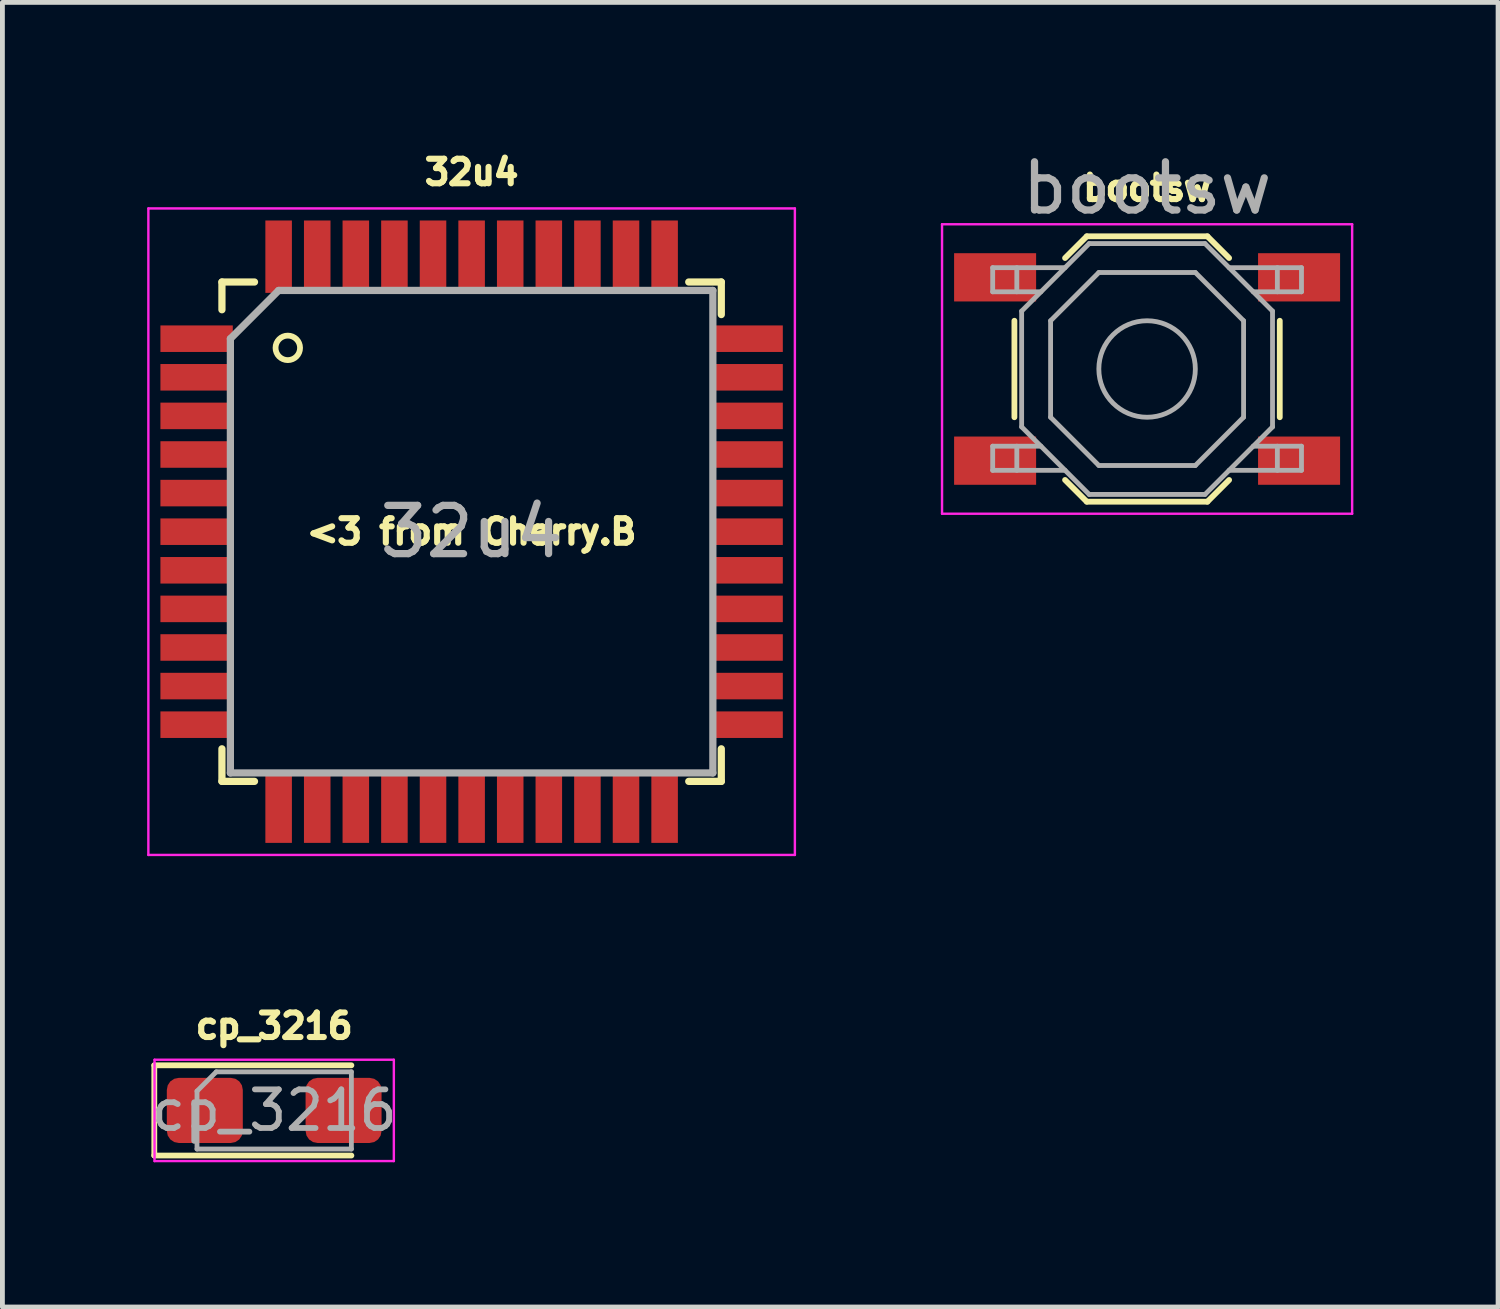
<source format=kicad_pcb>
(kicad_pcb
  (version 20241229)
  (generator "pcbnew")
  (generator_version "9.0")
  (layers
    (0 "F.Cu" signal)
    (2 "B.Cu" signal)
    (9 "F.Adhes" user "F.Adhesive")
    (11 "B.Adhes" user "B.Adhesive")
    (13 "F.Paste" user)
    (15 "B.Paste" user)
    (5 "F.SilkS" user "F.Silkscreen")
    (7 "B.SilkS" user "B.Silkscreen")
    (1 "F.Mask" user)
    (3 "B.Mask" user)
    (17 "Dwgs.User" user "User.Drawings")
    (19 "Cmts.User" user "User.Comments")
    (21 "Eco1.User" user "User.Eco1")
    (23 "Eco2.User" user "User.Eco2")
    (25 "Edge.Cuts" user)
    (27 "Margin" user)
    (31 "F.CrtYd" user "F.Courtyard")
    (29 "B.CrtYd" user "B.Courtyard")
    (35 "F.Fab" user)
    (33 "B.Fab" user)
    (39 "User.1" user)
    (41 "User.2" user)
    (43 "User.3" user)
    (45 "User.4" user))
  (footprint "cp_3216"
    (layer "F.Cu")
    (at 2.633 19.965)
    (property "Reference" "cp_3216" (at 0 -1.75 0) (layer "F.SilkS") (effects (font (size 0.508 0.508) (thickness 0.127))))
    (attr smd)
    (fp_line (start -2.485 -0.935) (end -2.485 0.935) (stroke (width 0.12) (type solid)) (layer "F.SilkS"))
    (fp_line (start -2.485 0.935) (end 1.6 0.935) (stroke (width 0.12) (type solid)) (layer "F.SilkS"))
    (fp_line (start 1.6 -0.935) (end -2.485 -0.935) (stroke (width 0.12) (type solid)) (layer "F.SilkS"))
    (fp_line (start -2.48 -1.05) (end 2.48 -1.05) (stroke (width 0.05) (type solid)) (layer "F.CrtYd"))
    (fp_line (start -2.48 1.05) (end -2.48 -1.05) (stroke (width 0.05) (type solid)) (layer "F.CrtYd"))
    (fp_line (start 2.48 -1.05) (end 2.48 1.05) (stroke (width 0.05) (type solid)) (layer "F.CrtYd"))
    (fp_line (start 2.48 1.05) (end -2.48 1.05) (stroke (width 0.05) (type solid)) (layer "F.CrtYd"))
    (fp_line (start -1.6 -0.4) (end -1.6 0.8) (stroke (width 0.1) (type solid)) (layer "F.Fab"))
    (fp_line (start -1.6 0.8) (end 1.6 0.8) (stroke (width 0.1) (type solid)) (layer "F.Fab"))
    (fp_line (start -1.2 -0.8) (end -1.6 -0.4) (stroke (width 0.1) (type solid)) (layer "F.Fab"))
    (fp_line (start 1.6 -0.8) (end -1.2 -0.8) (stroke (width 0.1) (type solid)) (layer "F.Fab"))
    (fp_line (start 1.6 0.8) (end 1.6 -0.8) (stroke (width 0.1) (type solid)) (layer "F.Fab"))
    (fp_text user "${REFERENCE}" (at 0 0 0) (layer "F.Fab") (effects (font (size 0.8 0.8) (thickness 0.12))))
    (pad "1" smd roundrect (at -1.438 0) (size 1.575 1.35) (layers "F.Cu" "F.Mask" "F.Paste") (roundrect_rratio 0.185))
    (pad "2" smd roundrect (at 1.438 0) (size 1.575 1.35) (layers "F.Cu" "F.Mask" "F.Paste") (roundrect_rratio 0.185)))
  (footprint "32u4"
    (layer "F.Cu")
    (at 6.725 7.97)
    (property "Reference" "32u4" (at 0 -7.45 0) (layer "F.SilkS") (effects (font (size 0.508 0.508) (thickness 0.127))))
    (attr smd)
    (fp_line (start -5.175 -5.175) (end -5.175 -4.6) (stroke (width 0.15) (type solid)) (layer "F.SilkS"))
    (fp_line (start -5.175 -5.175) (end -4.5 -5.175) (stroke (width 0.15) (type solid)) (layer "F.SilkS"))
    (fp_line (start -5.175 5.175) (end -5.175 4.5) (stroke (width 0.15) (type solid)) (layer "F.SilkS"))
    (fp_line (start -5.175 5.175) (end -4.5 5.175) (stroke (width 0.15) (type solid)) (layer "F.SilkS"))
    (fp_line (start 5.175 -5.175) (end 4.5 -5.175) (stroke (width 0.15) (type solid)) (layer "F.SilkS"))
    (fp_line (start 5.175 -5.175) (end 5.175 -4.5) (stroke (width 0.15) (type solid)) (layer "F.SilkS"))
    (fp_line (start 5.175 5.175) (end 4.5 5.175) (stroke (width 0.15) (type solid)) (layer "F.SilkS"))
    (fp_line (start 5.175 5.175) (end 5.175 4.5) (stroke (width 0.15) (type solid)) (layer "F.SilkS"))
    (fp_circle (center -3.81 -3.81) (end -3.556 -3.81) (stroke (width 0.12) (type solid)) (fill no) (layer "F.SilkS"))
    (fp_line (start -6.7 -6.7) (end -6.7 6.7) (stroke (width 0.05) (type solid)) (layer "F.CrtYd"))
    (fp_line (start -6.7 -6.7) (end 6.7 -6.7) (stroke (width 0.05) (type solid)) (layer "F.CrtYd"))
    (fp_line (start -6.7 6.7) (end 6.7 6.7) (stroke (width 0.05) (type solid)) (layer "F.CrtYd"))
    (fp_line (start 6.7 -6.7) (end 6.7 6.7) (stroke (width 0.05) (type solid)) (layer "F.CrtYd"))
    (fp_line (start -5 -4) (end -4 -5) (stroke (width 0.15) (type solid)) (layer "F.Fab"))
    (fp_line (start -5 5) (end -5 -4) (stroke (width 0.15) (type solid)) (layer "F.Fab"))
    (fp_line (start -4 -5) (end 5 -5) (stroke (width 0.15) (type solid)) (layer "F.Fab"))
    (fp_line (start 5 -5) (end 5 5) (stroke (width 0.15) (type solid)) (layer "F.Fab"))
    (fp_line (start 5 5) (end -5 5) (stroke (width 0.15) (type solid)) (layer "F.Fab"))
    (fp_text user "<3 from Cherry.B" (at 0 0 0) (layer "F.SilkS") (effects (font (size 0.508 0.508) (thickness 0.127))))
    (fp_text user "${REFERENCE}" (at 0 0 0) (layer "F.Fab") (effects (font (size 1 1) (thickness 0.15))))
    (pad "1" smd rect (at -5.7 -4) (size 1.5 0.55) (layers "F.Cu" "F.Mask" "F.Paste"))
    (pad "2" smd rect (at -5.7 -3.2) (size 1.5 0.55) (layers "F.Cu" "F.Mask" "F.Paste"))
    (pad "3" smd rect (at -5.7 -2.4) (size 1.5 0.55) (layers "F.Cu" "F.Mask" "F.Paste"))
    (pad "4" smd rect (at -5.7 -1.6) (size 1.5 0.55) (layers "F.Cu" "F.Mask" "F.Paste"))
    (pad "5" smd rect (at -5.7 -0.8) (size 1.5 0.55) (layers "F.Cu" "F.Mask" "F.Paste"))
    (pad "6" smd rect (at -5.7 0) (size 1.5 0.55) (layers "F.Cu" "F.Mask" "F.Paste"))
    (pad "7" smd rect (at -5.7 0.8) (size 1.5 0.55) (layers "F.Cu" "F.Mask" "F.Paste"))
    (pad "8" smd rect (at -5.7 1.6) (size 1.5 0.55) (layers "F.Cu" "F.Mask" "F.Paste"))
    (pad "9" smd rect (at -5.7 2.4) (size 1.5 0.55) (layers "F.Cu" "F.Mask" "F.Paste"))
    (pad "10" smd rect (at -5.7 3.2) (size 1.5 0.55) (layers "F.Cu" "F.Mask" "F.Paste"))
    (pad "11" smd rect (at -5.7 4) (size 1.5 0.55) (layers "F.Cu" "F.Mask" "F.Paste"))
    (pad "12" smd rect (at -4 5.7 90) (size 1.5 0.55) (layers "F.Cu" "F.Mask" "F.Paste"))
    (pad "13" smd rect (at -3.2 5.7 90) (size 1.5 0.55) (layers "F.Cu" "F.Mask" "F.Paste"))
    (pad "14" smd rect (at -2.4 5.7 90) (size 1.5 0.55) (layers "F.Cu" "F.Mask" "F.Paste"))
    (pad "15" smd rect (at -1.6 5.7 90) (size 1.5 0.55) (layers "F.Cu" "F.Mask" "F.Paste"))
    (pad "16" smd rect (at -0.8 5.7 90) (size 1.5 0.55) (layers "F.Cu" "F.Mask" "F.Paste"))
    (pad "17" smd rect (at 0 5.7 90) (size 1.5 0.55) (layers "F.Cu" "F.Mask" "F.Paste"))
    (pad "18" smd rect (at 0.8 5.7 90) (size 1.5 0.55) (layers "F.Cu" "F.Mask" "F.Paste"))
    (pad "19" smd rect (at 1.6 5.7 90) (size 1.5 0.55) (layers "F.Cu" "F.Mask" "F.Paste"))
    (pad "20" smd rect (at 2.4 5.7 90) (size 1.5 0.55) (layers "F.Cu" "F.Mask" "F.Paste"))
    (pad "21" smd rect (at 3.2 5.7 90) (size 1.5 0.55) (layers "F.Cu" "F.Mask" "F.Paste"))
    (pad "22" smd rect (at 4 5.7 90) (size 1.5 0.55) (layers "F.Cu" "F.Mask" "F.Paste"))
    (pad "23" smd rect (at 5.7 4) (size 1.5 0.55) (layers "F.Cu" "F.Mask" "F.Paste"))
    (pad "24" smd rect (at 5.7 3.2) (size 1.5 0.55) (layers "F.Cu" "F.Mask" "F.Paste"))
    (pad "25" smd rect (at 5.7 2.4) (size 1.5 0.55) (layers "F.Cu" "F.Mask" "F.Paste"))
    (pad "26" smd rect (at 5.7 1.6) (size 1.5 0.55) (layers "F.Cu" "F.Mask" "F.Paste"))
    (pad "27" smd rect (at 5.7 0.8) (size 1.5 0.55) (layers "F.Cu" "F.Mask" "F.Paste"))
    (pad "28" smd rect (at 5.7 0) (size 1.5 0.55) (layers "F.Cu" "F.Mask" "F.Paste"))
    (pad "29" smd rect (at 5.7 -0.8) (size 1.5 0.55) (layers "F.Cu" "F.Mask" "F.Paste"))
    (pad "30" smd rect (at 5.7 -1.6) (size 1.5 0.55) (layers "F.Cu" "F.Mask" "F.Paste"))
    (pad "31" smd rect (at 5.7 -2.4) (size 1.5 0.55) (layers "F.Cu" "F.Mask" "F.Paste"))
    (pad "32" smd rect (at 5.7 -3.2) (size 1.5 0.55) (layers "F.Cu" "F.Mask" "F.Paste"))
    (pad "33" smd rect (at 5.7 -4) (size 1.5 0.55) (layers "F.Cu" "F.Mask" "F.Paste"))
    (pad "34" smd rect (at 4 -5.7 90) (size 1.5 0.55) (layers "F.Cu" "F.Mask" "F.Paste"))
    (pad "35" smd rect (at 3.2 -5.7 90) (size 1.5 0.55) (layers "F.Cu" "F.Mask" "F.Paste"))
    (pad "36" smd rect (at 2.4 -5.7 90) (size 1.5 0.55) (layers "F.Cu" "F.Mask" "F.Paste"))
    (pad "37" smd rect (at 1.6 -5.7 90) (size 1.5 0.55) (layers "F.Cu" "F.Mask" "F.Paste"))
    (pad "38" smd rect (at 0.8 -5.7 90) (size 1.5 0.55) (layers "F.Cu" "F.Mask" "F.Paste"))
    (pad "39" smd rect (at 0 -5.7 90) (size 1.5 0.55) (layers "F.Cu" "F.Mask" "F.Paste"))
    (pad "40" smd rect (at -0.8 -5.7 90) (size 1.5 0.55) (layers "F.Cu" "F.Mask" "F.Paste"))
    (pad "41" smd rect (at -1.6 -5.7 90) (size 1.5 0.55) (layers "F.Cu" "F.Mask" "F.Paste"))
    (pad "42" smd rect (at -2.4 -5.7 90) (size 1.5 0.55) (layers "F.Cu" "F.Mask" "F.Paste"))
    (pad "43" smd rect (at -3.2 -5.7 90) (size 1.5 0.55) (layers "F.Cu" "F.Mask" "F.Paste"))
    (pad "44" smd rect (at -4 -5.7 90) (size 1.5 0.55) (layers "F.Cu" "F.Mask" "F.Paste")))
  (footprint "bootsw"
    (layer "F.Cu")
    (at 20.725 4.598)
    (property "Reference" "bootsw" (at 0 -3.75 0) (layer "F.SilkS") (effects (font (size 0.508 0.508) (thickness 0.127))))
    (attr smd)
    (fp_line (start -2.75 -1) (end -2.75 1) (stroke (width 0.12) (type solid)) (layer "F.SilkS"))
    (fp_line (start -1.7 -2.3) (end -1.25 -2.75) (stroke (width 0.12) (type solid)) (layer "F.SilkS"))
    (fp_line (start -1.7 2.3) (end -1.25 2.75) (stroke (width 0.12) (type solid)) (layer "F.SilkS"))
    (fp_line (start -1.25 -2.75) (end 1.25 -2.75) (stroke (width 0.12) (type solid)) (layer "F.SilkS"))
    (fp_line (start -1.25 2.75) (end 1.25 2.75) (stroke (width 0.12) (type solid)) (layer "F.SilkS"))
    (fp_line (start 1.7 -2.3) (end 1.25 -2.75) (stroke (width 0.12) (type solid)) (layer "F.SilkS"))
    (fp_line (start 1.7 2.3) (end 1.25 2.75) (stroke (width 0.12) (type solid)) (layer "F.SilkS"))
    (fp_line (start 2.75 -1) (end 2.75 1) (stroke (width 0.12) (type solid)) (layer "F.SilkS"))
    (fp_line (start -4.25 -3) (end 4.25 -3) (stroke (width 0.05) (type solid)) (layer "F.CrtYd"))
    (fp_line (start -4.25 3) (end -4.25 -3) (stroke (width 0.05) (type solid)) (layer "F.CrtYd"))
    (fp_line (start 4.25 -3) (end 4.25 3) (stroke (width 0.05) (type solid)) (layer "F.CrtYd"))
    (fp_line (start 4.25 3) (end -4.25 3) (stroke (width 0.05) (type solid)) (layer "F.CrtYd"))
    (fp_line (start -3.2 -2.1) (end -3.2 -1.6) (stroke (width 0.1) (type solid)) (layer "F.Fab"))
    (fp_line (start -3.2 -1.6) (end -2.2 -1.6) (stroke (width 0.1) (type solid)) (layer "F.Fab"))
    (fp_line (start -3.2 1.6) (end -2.2 1.6) (stroke (width 0.1) (type solid)) (layer "F.Fab"))
    (fp_line (start -3.2 2.1) (end -3.2 1.6) (stroke (width 0.1) (type solid)) (layer "F.Fab"))
    (fp_line (start -2.7 -2.1) (end -2.7 -1.6) (stroke (width 0.1) (type solid)) (layer "F.Fab"))
    (fp_line (start -2.7 2.1) (end -2.7 1.6) (stroke (width 0.1) (type solid)) (layer "F.Fab"))
    (fp_line (start -2.6 -1.2) (end -2.6 1.2) (stroke (width 0.1) (type solid)) (layer "F.Fab"))
    (fp_line (start -2.6 1.2) (end -1.2 2.6) (stroke (width 0.1) (type solid)) (layer "F.Fab"))
    (fp_line (start -2 -1) (end -1 -2) (stroke (width 0.1) (type solid)) (layer "F.Fab"))
    (fp_line (start -2 1) (end -2 -1) (stroke (width 0.1) (type solid)) (layer "F.Fab"))
    (fp_line (start -1.7 -2.1) (end -3.2 -2.1) (stroke (width 0.1) (type solid)) (layer "F.Fab"))
    (fp_line (start -1.7 2.1) (end -3.2 2.1) (stroke (width 0.1) (type solid)) (layer "F.Fab"))
    (fp_line (start -1.2 -2.6) (end -2.6 -1.2) (stroke (width 0.1) (type solid)) (layer "F.Fab"))
    (fp_line (start -1.2 2.6) (end 1.2 2.6) (stroke (width 0.1) (type solid)) (layer "F.Fab"))
    (fp_line (start -1 -2) (end 1 -2) (stroke (width 0.1) (type solid)) (layer "F.Fab"))
    (fp_line (start -1 2) (end -2 1) (stroke (width 0.1) (type solid)) (layer "F.Fab"))
    (fp_line (start 1 -2) (end 2 -1) (stroke (width 0.1) (type solid)) (layer "F.Fab"))
    (fp_line (start 1 2) (end -1 2) (stroke (width 0.1) (type solid)) (layer "F.Fab"))
    (fp_line (start 1.2 -2.6) (end -1.2 -2.6) (stroke (width 0.1) (type solid)) (layer "F.Fab"))
    (fp_line (start 1.2 2.6) (end 2.6 1.2) (stroke (width 0.1) (type solid)) (layer "F.Fab"))
    (fp_line (start 1.7 -2.1) (end 3.2 -2.1) (stroke (width 0.1) (type solid)) (layer "F.Fab"))
    (fp_line (start 1.7 2.1) (end 3.2 2.1) (stroke (width 0.1) (type solid)) (layer "F.Fab"))
    (fp_line (start 2 -1) (end 2 1) (stroke (width 0.1) (type solid)) (layer "F.Fab"))
    (fp_line (start 2 1) (end 1 2) (stroke (width 0.1) (type solid)) (layer "F.Fab"))
    (fp_line (start 2.6 -1.2) (end 1.2 -2.6) (stroke (width 0.1) (type solid)) (layer "F.Fab"))
    (fp_line (start 2.6 1.2) (end 2.6 -1.2) (stroke (width 0.1) (type solid)) (layer "F.Fab"))
    (fp_line (start 2.7 -2.1) (end 2.7 -1.6) (stroke (width 0.1) (type solid)) (layer "F.Fab"))
    (fp_line (start 2.7 2.1) (end 2.7 1.6) (stroke (width 0.1) (type solid)) (layer "F.Fab"))
    (fp_line (start 3.2 -2.1) (end 3.2 -1.6) (stroke (width 0.1) (type solid)) (layer "F.Fab"))
    (fp_line (start 3.2 -1.6) (end 2.2 -1.6) (stroke (width 0.1) (type solid)) (layer "F.Fab"))
    (fp_line (start 3.2 1.6) (end 2.2 1.6) (stroke (width 0.1) (type solid)) (layer "F.Fab"))
    (fp_line (start 3.2 2.1) (end 3.2 1.6) (stroke (width 0.1) (type solid)) (layer "F.Fab"))
    (fp_circle (center 0 0) (end 1 0) (stroke (width 0.1) (type solid)) (fill no) (layer "F.Fab"))
    (fp_text user "${REFERENCE}" (at 0 -3.75 0) (layer "F.Fab") (effects (font (size 1 1) (thickness 0.15))))
    (pad "1" smd rect (at -3.15 -1.9) (size 1.7 1) (layers "F.Cu" "F.Mask" "F.Paste"))
    (pad "1" smd rect (at 3.15 -1.9) (size 1.7 1) (layers "F.Cu" "F.Mask" "F.Paste"))
    (pad "2" smd rect (at -3.15 1.9) (size 1.7 1) (layers "F.Cu" "F.Mask" "F.Paste"))
    (pad "2" smd rect (at 3.15 1.9) (size 1.7 1) (layers "F.Cu" "F.Mask" "F.Paste")))
  (gr_rect
    (start -3 -3)
    (end 28 24.04)
    (stroke (width 0.1) (type default))
    (fill no)
    (layer "Edge.Cuts")))
</source>
